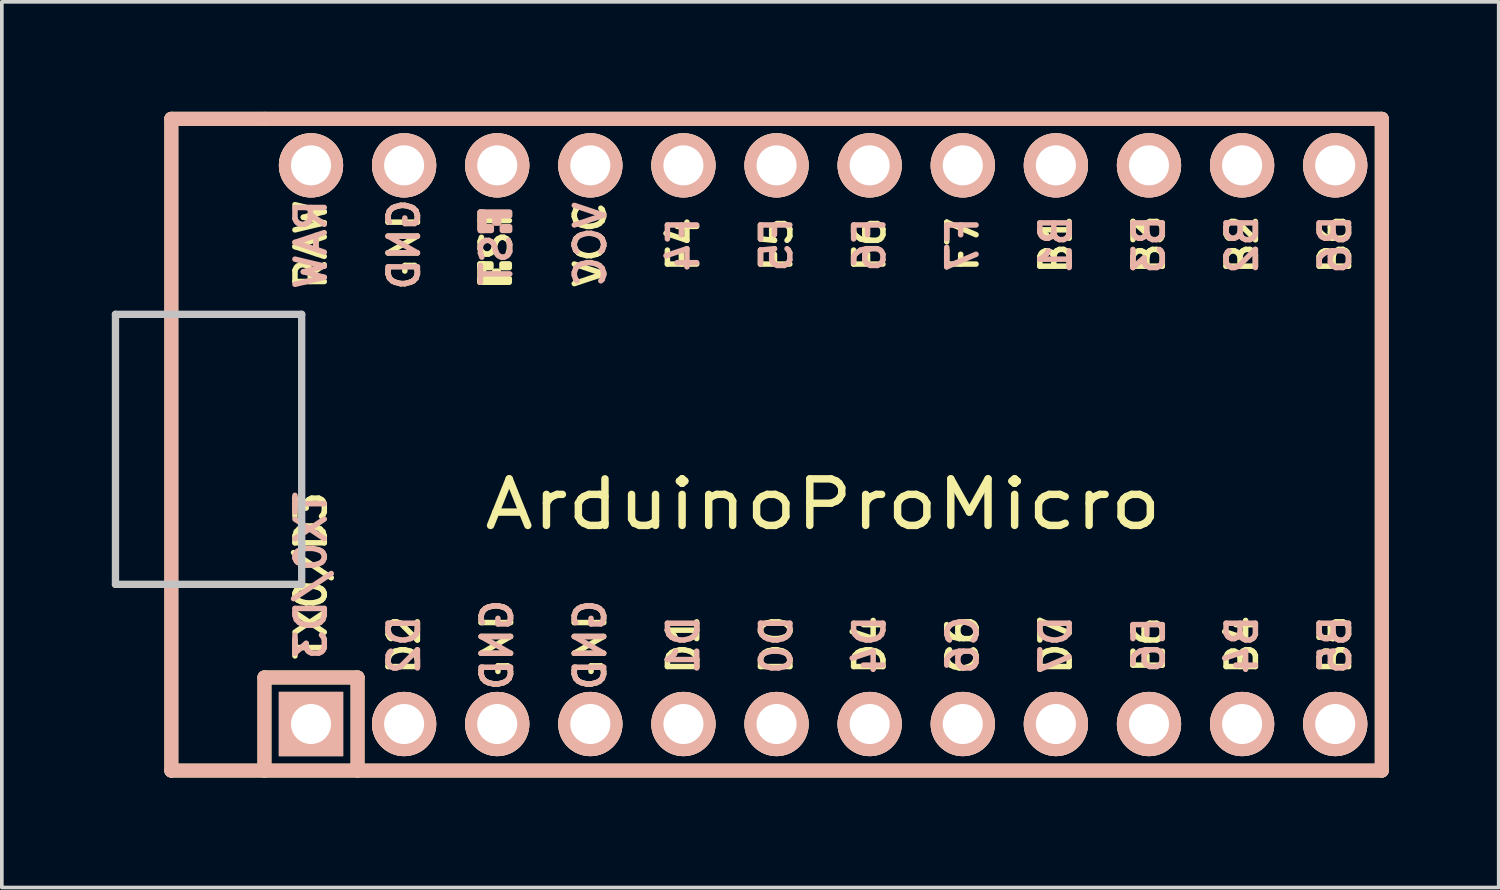
<source format=kicad_pcb>
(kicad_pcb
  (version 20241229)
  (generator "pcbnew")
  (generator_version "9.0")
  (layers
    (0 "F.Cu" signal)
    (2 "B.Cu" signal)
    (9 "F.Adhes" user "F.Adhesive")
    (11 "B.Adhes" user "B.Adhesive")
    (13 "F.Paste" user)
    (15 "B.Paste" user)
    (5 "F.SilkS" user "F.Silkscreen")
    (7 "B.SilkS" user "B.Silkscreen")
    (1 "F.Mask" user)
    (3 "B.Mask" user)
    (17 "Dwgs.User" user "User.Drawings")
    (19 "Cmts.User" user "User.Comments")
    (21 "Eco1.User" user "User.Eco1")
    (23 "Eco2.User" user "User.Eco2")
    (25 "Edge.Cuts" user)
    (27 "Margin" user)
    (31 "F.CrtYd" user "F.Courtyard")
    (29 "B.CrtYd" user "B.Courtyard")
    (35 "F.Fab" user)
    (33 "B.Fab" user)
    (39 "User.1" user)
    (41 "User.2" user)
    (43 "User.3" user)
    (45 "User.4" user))
  (footprint "ArduinoProMicro"
    (layer "F.Cu")
    (at 19.404 9.081)
    (property "Reference" "ArduinoProMicro" (at 0 1.625 0) (layer "F.SilkS") (effects (font (size 1.27 1.524) (thickness 0.203))))
    (attr through_hole)
    (fp_line (start -17.78 -8.89) (end -17.78 8.89) (stroke (width 0.381) (type solid)) (layer "F.SilkS"))
    (fp_line (start -17.78 8.89) (end -15.24 8.89) (stroke (width 0.381) (type solid)) (layer "F.SilkS"))
    (fp_line (start -15.24 -8.89) (end -17.78 -8.89) (stroke (width 0.381) (type solid)) (layer "F.SilkS"))
    (fp_line (start -15.24 6.35) (end -15.24 8.89) (stroke (width 0.381) (type solid)) (layer "F.SilkS"))
    (fp_line (start -15.24 6.35) (end -12.7 6.35) (stroke (width 0.381) (type solid)) (layer "F.SilkS"))
    (fp_line (start -15.24 8.89) (end 15.24 8.89) (stroke (width 0.381) (type solid)) (layer "F.SilkS"))
    (fp_line (start -12.7 6.35) (end -12.7 8.89) (stroke (width 0.381) (type solid)) (layer "F.SilkS"))
    (fp_line (start 15.24 -8.89) (end -15.24 -8.89) (stroke (width 0.381) (type solid)) (layer "F.SilkS"))
    (fp_line (start 15.24 8.89) (end 15.24 -8.89) (stroke (width 0.381) (type solid)) (layer "F.SilkS"))
    (fp_poly (pts (xy -9.361 -4.932) (xy -9.261 -4.932) (xy -9.261 -4.432) (xy -9.361 -4.432)) (stroke (width 0.15) (type solid)) (fill yes) (layer "F.SilkS"))
    (fp_poly (pts (xy -9.361 -4.932) (xy -9.061 -4.932) (xy -9.061 -4.832) (xy -9.361 -4.832)) (stroke (width 0.15) (type solid)) (fill yes) (layer "F.SilkS"))
    (fp_poly (pts (xy -9.361 -4.532) (xy -8.561 -4.532) (xy -8.561 -4.432) (xy -9.361 -4.432)) (stroke (width 0.15) (type solid)) (fill yes) (layer "F.SilkS"))
    (fp_poly (pts (xy -8.961 -4.732) (xy -8.861 -4.732) (xy -8.861 -4.632) (xy -8.961 -4.632)) (stroke (width 0.15) (type solid)) (fill yes) (layer "F.SilkS"))
    (fp_poly (pts (xy -8.761 -4.932) (xy -8.561 -4.932) (xy -8.561 -4.832) (xy -8.761 -4.832)) (stroke (width 0.15) (type solid)) (fill yes) (layer "F.SilkS"))
    (fp_line (start -17.78 -8.89) (end -17.78 8.89) (stroke (width 0.381) (type solid)) (layer "B.SilkS"))
    (fp_line (start -17.78 8.89) (end 15.24 8.89) (stroke (width 0.381) (type solid)) (layer "B.SilkS"))
    (fp_line (start -15.24 6.35) (end -15.24 8.89) (stroke (width 0.381) (type solid)) (layer "B.SilkS"))
    (fp_line (start -15.24 6.35) (end -12.7 6.35) (stroke (width 0.381) (type solid)) (layer "B.SilkS"))
    (fp_line (start -12.7 6.35) (end -12.7 8.89) (stroke (width 0.381) (type solid)) (layer "B.SilkS"))
    (fp_line (start 15.24 -8.89) (end -17.78 -8.89) (stroke (width 0.381) (type solid)) (layer "B.SilkS"))
    (fp_line (start 15.24 8.89) (end 15.24 -8.89) (stroke (width 0.381) (type solid)) (layer "B.SilkS"))
    (fp_poly (pts (xy -9.351 -6.245) (xy -8.551 -6.245) (xy -8.551 -6.345) (xy -9.351 -6.345)) (stroke (width 0.15) (type solid)) (fill yes) (layer "B.SilkS"))
    (fp_poly (pts (xy -9.351 -5.845) (xy -9.251 -5.845) (xy -9.251 -6.345) (xy -9.351 -6.345)) (stroke (width 0.15) (type solid)) (fill yes) (layer "B.SilkS"))
    (fp_poly (pts (xy -9.351 -5.845) (xy -9.051 -5.845) (xy -9.051 -5.945) (xy -9.351 -5.945)) (stroke (width 0.15) (type solid)) (fill yes) (layer "B.SilkS"))
    (fp_poly (pts (xy -8.951 -6.045) (xy -8.851 -6.045) (xy -8.851 -6.145) (xy -8.951 -6.145)) (stroke (width 0.15) (type solid)) (fill yes) (layer "B.SilkS"))
    (fp_poly (pts (xy -8.751 -5.845) (xy -8.551 -5.845) (xy -8.551 -5.945) (xy -8.751 -5.945)) (stroke (width 0.15) (type solid)) (fill yes) (layer "B.SilkS"))
    (fp_line (start -19.304 -3.556) (end -14.224 -3.556) (stroke (width 0.2) (type solid)) (layer "Dwgs.User"))
    (fp_line (start -19.304 3.81) (end -19.304 -3.556) (stroke (width 0.2) (type solid)) (layer "Dwgs.User"))
    (fp_line (start -14.224 -3.556) (end -14.224 3.81) (stroke (width 0.2) (type solid)) (layer "Dwgs.User"))
    (fp_line (start -14.224 3.81) (end -19.304 3.81) (stroke (width 0.2) (type solid)) (layer "Dwgs.User"))
    (fp_text user "B2" (at 11.43 -5.461 90) (layer "F.SilkS") (effects (font (size 0.8 0.8) (thickness 0.15))))
    (fp_text user "ST" (at -8.92 -5.733 90) (layer "F.SilkS") (effects (font (size 0.8 0.8) (thickness 0.15))))
    (fp_text user "F5" (at -1.27 -5.461 90) (layer "F.SilkS") (effects (font (size 0.8 0.8) (thickness 0.15))))
    (fp_text user "TX0/D3" (at -13.97 3.572 90) (layer "F.SilkS") (effects (font (size 0.8 0.8) (thickness 0.15))))
    (fp_text user "F6" (at 1.27 -5.461 90) (layer "F.SilkS") (effects (font (size 0.8 0.8) (thickness 0.15))))
    (fp_text user "VCC" (at -6.35 -5.461 90) (layer "F.SilkS") (effects (font (size 0.8 0.8) (thickness 0.15))))
    (fp_text user "D7" (at 6.35 5.461 90) (layer "F.SilkS") (effects (font (size 0.8 0.8) (thickness 0.15))))
    (fp_text user "D1" (at -3.81 5.461 90) (layer "F.SilkS") (effects (font (size 0.8 0.8) (thickness 0.15))))
    (fp_text user "B5" (at 13.97 5.461 90) (layer "F.SilkS") (effects (font (size 0.8 0.8) (thickness 0.15))))
    (fp_text user "D2" (at -11.43 5.461 90) (layer "F.SilkS") (effects (font (size 0.8 0.8) (thickness 0.15))))
    (fp_text user "GND" (at -6.35 5.461 90) (layer "F.SilkS") (effects (font (size 0.8 0.8) (thickness 0.15))))
    (fp_text user "B1" (at 6.35 -5.461 90) (layer "F.SilkS") (effects (font (size 0.8 0.8) (thickness 0.15))))
    (fp_text user "GND" (at -8.89 5.461 90) (layer "F.SilkS") (effects (font (size 0.8 0.8) (thickness 0.15))))
    (fp_text user "B6" (at 13.97 -5.461 90) (layer "F.SilkS") (effects (font (size 0.8 0.8) (thickness 0.15))))
    (fp_text user "GND" (at -11.43 -5.461 90) (layer "F.SilkS") (effects (font (size 0.8 0.8) (thickness 0.15))))
    (fp_text user "B4" (at 11.43 5.461 90) (layer "F.SilkS") (effects (font (size 0.8 0.8) (thickness 0.15))))
    (fp_text user "B3" (at 8.89 -5.461 90) (layer "F.SilkS") (effects (font (size 0.8 0.8) (thickness 0.15))))
    (fp_text user "RAW" (at -13.97 -5.461 90) (layer "F.SilkS") (effects (font (size 0.8 0.8) (thickness 0.15))))
    (fp_text user "E6" (at 8.89 5.461 90) (layer "F.SilkS") (effects (font (size 0.8 0.8) (thickness 0.15))))
    (fp_text user "D4" (at 1.27 5.461 90) (layer "F.SilkS") (effects (font (size 0.8 0.8) (thickness 0.15))))
    (fp_text user "F7" (at 3.81 -5.461 90) (layer "F.SilkS") (effects (font (size 0.8 0.8) (thickness 0.15))))
    (fp_text user "D0" (at -1.27 5.461 90) (layer "F.SilkS") (effects (font (size 0.8 0.8) (thickness 0.15))))
    (fp_text user "C6" (at 3.81 5.461 90) (layer "F.SilkS") (effects (font (size 0.8 0.8) (thickness 0.15))))
    (fp_text user "F4" (at -3.81 -5.461 90) (layer "F.SilkS") (effects (font (size 0.8 0.8) (thickness 0.15))))
    (fp_text user "RAW" (at -13.97 -5.461 90) (layer "B.SilkS") (effects (font (size 0.8 0.8) (thickness 0.15)) (justify mirror)))
    (fp_text user "GND" (at -6.35 5.461 90) (layer "B.SilkS") (effects (font (size 0.8 0.8) (thickness 0.15)) (justify mirror)))
    (fp_text user "F7" (at 3.81 -5.461 90) (layer "B.SilkS") (effects (font (size 0.8 0.8) (thickness 0.15)) (justify mirror)))
    (fp_text user "F6" (at 1.27 -5.461 90) (layer "B.SilkS") (effects (font (size 0.8 0.8) (thickness 0.15)) (justify mirror)))
    (fp_text user "GND" (at -8.89 5.461 90) (layer "B.SilkS") (effects (font (size 0.8 0.8) (thickness 0.15)) (justify mirror)))
    (fp_text user "D4" (at 1.27 5.461 90) (layer "B.SilkS") (effects (font (size 0.8 0.8) (thickness 0.15)) (justify mirror)))
    (fp_text user "ST" (at -8.91 -5.04 90) (layer "B.SilkS") (effects (font (size 0.8 0.8) (thickness 0.15)) (justify mirror)))
    (fp_text user "B5" (at 13.97 5.461 90) (layer "B.SilkS") (effects (font (size 0.8 0.8) (thickness 0.15)) (justify mirror)))
    (fp_text user "B4" (at 11.43 5.461 90) (layer "B.SilkS") (effects (font (size 0.8 0.8) (thickness 0.15)) (justify mirror)))
    (fp_text user "D7" (at 6.35 5.461 90) (layer "B.SilkS") (effects (font (size 0.8 0.8) (thickness 0.15)) (justify mirror)))
    (fp_text user "B2" (at 11.43 -5.461 90) (layer "B.SilkS") (effects (font (size 0.8 0.8) (thickness 0.15)) (justify mirror)))
    (fp_text user "D2" (at -11.43 5.461 90) (layer "B.SilkS") (effects (font (size 0.8 0.8) (thickness 0.15)) (justify mirror)))
    (fp_text user "F5" (at -1.27 -5.461 90) (layer "B.SilkS") (effects (font (size 0.8 0.8) (thickness 0.15)) (justify mirror)))
    (fp_text user "B1" (at 6.35 -5.461 90) (layer "B.SilkS") (effects (font (size 0.8 0.8) (thickness 0.15)) (justify mirror)))
    (fp_text user "VCC" (at -6.35 -5.461 90) (layer "B.SilkS") (effects (font (size 0.8 0.8) (thickness 0.15)) (justify mirror)))
    (fp_text user "E6" (at 8.89 5.461 90) (layer "B.SilkS") (effects (font (size 0.8 0.8) (thickness 0.15)) (justify mirror)))
    (fp_text user "D1" (at -3.81 5.461 90) (layer "B.SilkS") (effects (font (size 0.8 0.8) (thickness 0.15)) (justify mirror)))
    (fp_text user "TX0/D3" (at -13.97 3.572 90) (layer "B.SilkS") (effects (font (size 0.8 0.8) (thickness 0.15)) (justify mirror)))
    (fp_text user "B6" (at 13.97 -5.461 90) (layer "B.SilkS") (effects (font (size 0.8 0.8) (thickness 0.15)) (justify mirror)))
    (fp_text user "D0" (at -1.27 5.461 90) (layer "B.SilkS") (effects (font (size 0.8 0.8) (thickness 0.15)) (justify mirror)))
    (fp_text user "B3" (at 8.89 -5.461 90) (layer "B.SilkS") (effects (font (size 0.8 0.8) (thickness 0.15)) (justify mirror)))
    (fp_text user "C6" (at 3.81 5.461 90) (layer "B.SilkS") (effects (font (size 0.8 0.8) (thickness 0.15)) (justify mirror)))
    (fp_text user "F4" (at -3.81 -5.461 90) (layer "B.SilkS") (effects (font (size 0.8 0.8) (thickness 0.15)) (justify mirror)))
    (fp_text user "GND" (at -11.43 -5.461 90) (layer "B.SilkS") (effects (font (size 0.8 0.8) (thickness 0.15)) (justify mirror)))
    (pad "1" thru_hole rect (at -13.97 7.62) (size 1.753 1.753) (drill 1.092) (layers "*.Cu" "*.SilkS" "*.Mask"))
    (pad "2" thru_hole circle (at -11.43 7.62) (size 1.753 1.753) (drill 1.092) (layers "*.Cu" "*.SilkS" "*.Mask"))
    (pad "3" thru_hole circle (at -8.89 7.62) (size 1.753 1.753) (drill 1.092) (layers "*.Cu" "*.SilkS" "*.Mask"))
    (pad "4" thru_hole circle (at -6.35 7.62) (size 1.753 1.753) (drill 1.092) (layers "*.Cu" "*.SilkS" "*.Mask"))
    (pad "5" thru_hole circle (at -3.81 7.62) (size 1.753 1.753) (drill 1.092) (layers "*.Cu" "*.SilkS" "*.Mask"))
    (pad "6" thru_hole circle (at -1.27 7.62) (size 1.753 1.753) (drill 1.092) (layers "*.Cu" "*.SilkS" "*.Mask"))
    (pad "7" thru_hole circle (at 1.27 7.62) (size 1.753 1.753) (drill 1.092) (layers "*.Cu" "*.SilkS" "*.Mask"))
    (pad "8" thru_hole circle (at 3.81 7.62) (size 1.753 1.753) (drill 1.092) (layers "*.Cu" "*.SilkS" "*.Mask"))
    (pad "9" thru_hole circle (at 6.35 7.62) (size 1.753 1.753) (drill 1.092) (layers "*.Cu" "*.SilkS" "*.Mask"))
    (pad "10" thru_hole circle (at 8.89 7.62) (size 1.753 1.753) (drill 1.092) (layers "*.Cu" "*.SilkS" "*.Mask"))
    (pad "11" thru_hole circle (at 11.43 7.62) (size 1.753 1.753) (drill 1.092) (layers "*.Cu" "*.SilkS" "*.Mask"))
    (pad "12" thru_hole circle (at 13.97 7.62) (size 1.753 1.753) (drill 1.092) (layers "*.Cu" "*.SilkS" "*.Mask"))
    (pad "13" thru_hole circle (at 13.97 -7.62) (size 1.753 1.753) (drill 1.092) (layers "*.Cu" "*.SilkS" "*.Mask"))
    (pad "14" thru_hole circle (at 11.43 -7.62) (size 1.753 1.753) (drill 1.092) (layers "*.Cu" "*.SilkS" "*.Mask"))
    (pad "15" thru_hole circle (at 8.89 -7.62) (size 1.753 1.753) (drill 1.092) (layers "*.Cu" "*.SilkS" "*.Mask"))
    (pad "16" thru_hole circle (at 6.35 -7.62) (size 1.753 1.753) (drill 1.092) (layers "*.Cu" "*.SilkS" "*.Mask"))
    (pad "17" thru_hole circle (at 3.81 -7.62) (size 1.753 1.753) (drill 1.092) (layers "*.Cu" "*.SilkS" "*.Mask"))
    (pad "18" thru_hole circle (at 1.27 -7.62) (size 1.753 1.753) (drill 1.092) (layers "*.Cu" "*.SilkS" "*.Mask"))
    (pad "19" thru_hole circle (at -1.27 -7.62) (size 1.753 1.753) (drill 1.092) (layers "*.Cu" "*.SilkS" "*.Mask"))
    (pad "20" thru_hole circle (at -3.81 -7.62) (size 1.753 1.753) (drill 1.092) (layers "*.Cu" "*.SilkS" "*.Mask"))
    (pad "21" thru_hole circle (at -6.35 -7.62) (size 1.753 1.753) (drill 1.092) (layers "*.Cu" "*.SilkS" "*.Mask"))
    (pad "22" thru_hole circle (at -8.89 -7.62) (size 1.753 1.753) (drill 1.092) (layers "*.Cu" "*.SilkS" "*.Mask"))
    (pad "23" thru_hole circle (at -11.43 -7.62) (size 1.753 1.753) (drill 1.092) (layers "*.Cu" "*.SilkS" "*.Mask"))
    (pad "24" thru_hole circle (at -13.97 -7.62) (size 1.753 1.753) (drill 1.092) (layers "*.Cu" "*.SilkS" "*.Mask")))
  (gr_rect
    (start -3 -3)
    (end 37.834 21.161)
    (stroke (width 0.1) (type default))
    (fill no)
    (layer "Edge.Cuts")))
</source>
